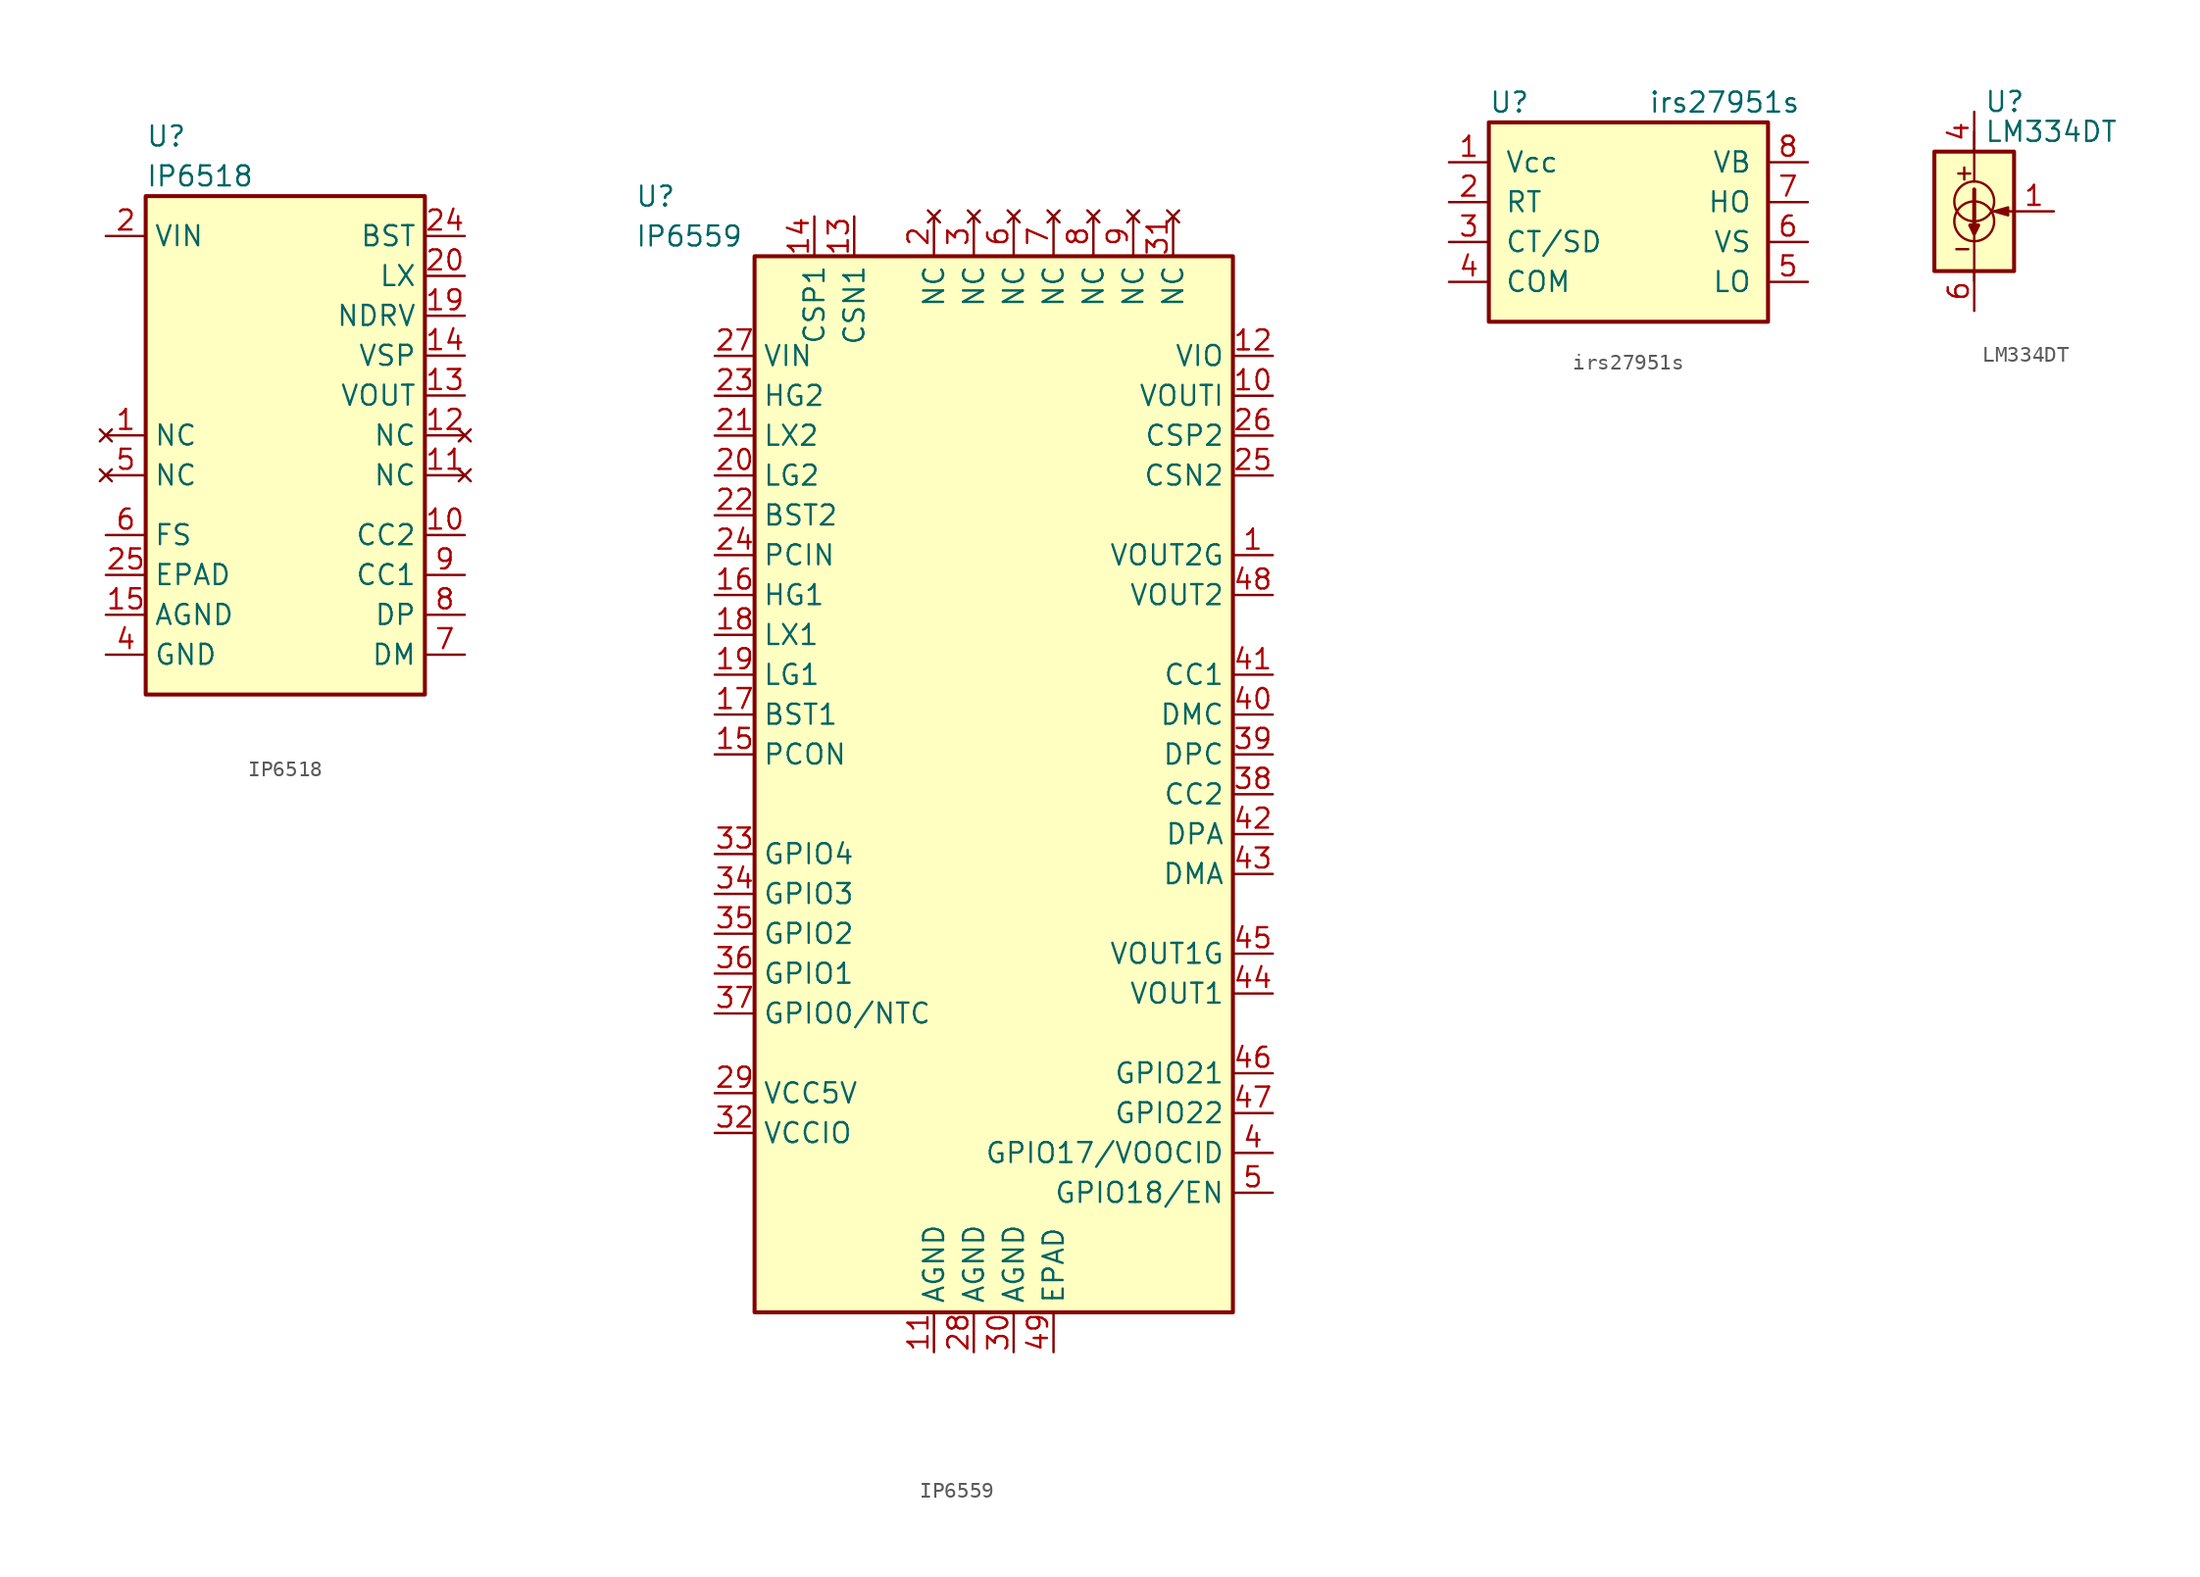
<source format=kicad_sym>
(kicad_symbol_lib
  (version 20231120)
  (generator "kicad_symbol_editor")
  (generator_version "8.0")
  (symbol "IP6518"
    (property "Reference" "U"
      (at -8.89 3.81 0)
      (effects (font (size 1.27 1.27)) (justify left)))
    (property "Value" "IP6518"
      (at -8.89 1.27 0)
      (effects (font (size 1.27 1.27)) (justify left)))
    (symbol "IP6518_0_1"
      (rectangle (start -8.89 0) (end 8.89 -31.75) (stroke (width 0.254) (type default)) (fill (type background))))
    (symbol "IP6518_1_1"
      (pin no_connect line (at -11.43 -15.24 0) (length 2.54) (name "NC" (effects (font (size 1.27 1.27)))) (number "1" (effects (font (size 1.27 1.27)))))
      (pin bidirectional line (at 11.43 -21.59 180) (length 2.54) (name "CC2" (effects (font (size 1.27 1.27)))) (number "10" (effects (font (size 1.27 1.27)))))
      (pin no_connect line (at 11.43 -17.78 180) (length 2.54) (name "NC" (effects (font (size 1.27 1.27)))) (number "11" (effects (font (size 1.27 1.27)))))
      (pin no_connect line (at 11.43 -15.24 180) (length 2.54) (name "NC" (effects (font (size 1.27 1.27)))) (number "12" (effects (font (size 1.27 1.27)))))
      (pin input line (at 11.43 -12.7 180) (length 2.54) (name "VOUT" (effects (font (size 1.27 1.27)))) (number "13" (effects (font (size 1.27 1.27)))))
      (pin input line (at 11.43 -10.16 180) (length 2.54) (name "VSP" (effects (font (size 1.27 1.27)))) (number "14" (effects (font (size 1.27 1.27)))))
      (pin power_in line (at -11.43 -26.67 0) (length 2.54) (name "AGND" (effects (font (size 1.27 1.27)))) (number "15" (effects (font (size 1.27 1.27)))))
      (pin power_in line (at -11.43 -2.54 0) (length 2.54) hide (name "VIN" (effects (font (size 1.27 1.27)))) (number "16" (effects (font (size 1.27 1.27)))))
      (pin power_in line (at -11.43 -2.54 0) (length 2.54) hide (name "VIN" (effects (font (size 1.27 1.27)))) (number "17" (effects (font (size 1.27 1.27)))))
      (pin power_in line (at -11.43 -2.54 0) (length 2.54) hide (name "VIN" (effects (font (size 1.27 1.27)))) (number "18" (effects (font (size 1.27 1.27)))))
      (pin output line (at 11.43 -7.62 180) (length 2.54) (name "NDRV" (effects (font (size 1.27 1.27)))) (number "19" (effects (font (size 1.27 1.27)))))
      (pin power_in line (at -11.43 -2.54 0) (length 2.54) (name "VIN" (effects (font (size 1.27 1.27)))) (number "2" (effects (font (size 1.27 1.27)))))
      (pin bidirectional line (at 11.43 -5.08 180) (length 2.54) (name "LX" (effects (font (size 1.27 1.27)))) (number "20" (effects (font (size 1.27 1.27)))))
      (pin bidirectional line (at 11.43 -5.08 180) (length 2.54) hide (name "LX" (effects (font (size 1.27 1.27)))) (number "21" (effects (font (size 1.27 1.27)))))
      (pin bidirectional line (at 11.43 -5.08 180) (length 2.54) hide (name "LX" (effects (font (size 1.27 1.27)))) (number "22" (effects (font (size 1.27 1.27)))))
      (pin bidirectional line (at 11.43 -5.08 180) (length 2.54) hide (name "LX" (effects (font (size 1.27 1.27)))) (number "23" (effects (font (size 1.27 1.27)))))
      (pin bidirectional line (at 11.43 -2.54 180) (length 2.54) (name "BST" (effects (font (size 1.27 1.27)))) (number "24" (effects (font (size 1.27 1.27)))))
      (pin power_in line (at -11.43 -24.13 0) (length 2.54) (name "EPAD" (effects (font (size 1.27 1.27)))) (number "25" (effects (font (size 1.27 1.27)))))
      (pin power_in line (at -11.43 -2.54 0) (length 2.54) hide (name "VIN" (effects (font (size 1.27 1.27)))) (number "3" (effects (font (size 1.27 1.27)))))
      (pin power_in line (at -11.43 -29.21 0) (length 2.54) (name "GND" (effects (font (size 1.27 1.27)))) (number "4" (effects (font (size 1.27 1.27)))))
      (pin no_connect line (at -11.43 -17.78 0) (length 2.54) (name "NC" (effects (font (size 1.27 1.27)))) (number "5" (effects (font (size 1.27 1.27)))))
      (pin bidirectional line (at -11.43 -21.59 0) (length 2.54) (name "FS" (effects (font (size 1.27 1.27)))) (number "6" (effects (font (size 1.27 1.27)))))
      (pin bidirectional line (at 11.43 -29.21 180) (length 2.54) (name "DM" (effects (font (size 1.27 1.27)))) (number "7" (effects (font (size 1.27 1.27)))))
      (pin bidirectional line (at 11.43 -26.67 180) (length 2.54) (name "DP" (effects (font (size 1.27 1.27)))) (number "8" (effects (font (size 1.27 1.27)))))
      (pin bidirectional line (at 11.43 -24.13 180) (length 2.54) (name "CC1" (effects (font (size 1.27 1.27)))) (number "9" (effects (font (size 1.27 1.27)))))))
  (symbol "IP6559"
    (property "Reference" "U"
      (at -22.86 3.81 0)
      (effects (font (size 1.27 1.27)) (justify left)))
    (property "Value" "IP6559"
      (at -22.86 1.27 0)
      (effects (font (size 1.27 1.27)) (justify left)))
    (symbol "IP6559_0_1"
      (rectangle (start -15.24 0) (end 15.24 -67.31) (stroke (width 0.254) (type default)) (fill (type background))))
    (symbol "IP6559_1_1"
      (pin output line (at 17.78 -19.05 180) (length 2.54) (name "VOUT2G" (effects (font (size 1.27 1.27)))) (number "1" (effects (font (size 1.27 1.27)))))
      (pin bidirectional line (at 17.78 -8.89 180) (length 2.54) (name "VOUTI" (effects (font (size 1.27 1.27)))) (number "10" (effects (font (size 1.27 1.27)))))
      (pin power_in line (at -3.81 -69.85 90) (length 2.54) (name "AGND" (effects (font (size 1.27 1.27)))) (number "11" (effects (font (size 1.27 1.27)))))
      (pin input line (at 17.78 -6.35 180) (length 2.54) (name "VIO" (effects (font (size 1.27 1.27)))) (number "12" (effects (font (size 1.27 1.27)))))
      (pin input line (at -8.89 2.54 270) (length 2.54) (name "CSN1" (effects (font (size 1.27 1.27)))) (number "13" (effects (font (size 1.27 1.27)))))
      (pin input line (at -11.43 2.54 270) (length 2.54) (name "CSP1" (effects (font (size 1.27 1.27)))) (number "14" (effects (font (size 1.27 1.27)))))
      (pin bidirectional line (at -17.78 -31.75 0) (length 2.54) (name "PCON" (effects (font (size 1.27 1.27)))) (number "15" (effects (font (size 1.27 1.27)))))
      (pin output line (at -17.78 -21.59 0) (length 2.54) (name "HG1" (effects (font (size 1.27 1.27)))) (number "16" (effects (font (size 1.27 1.27)))))
      (pin input line (at -17.78 -29.21 0) (length 2.54) (name "BST1" (effects (font (size 1.27 1.27)))) (number "17" (effects (font (size 1.27 1.27)))))
      (pin bidirectional line (at -17.78 -24.13 0) (length 2.54) (name "LX1" (effects (font (size 1.27 1.27)))) (number "18" (effects (font (size 1.27 1.27)))))
      (pin output line (at -17.78 -26.67 0) (length 2.54) (name "LG1" (effects (font (size 1.27 1.27)))) (number "19" (effects (font (size 1.27 1.27)))))
      (pin no_connect line (at -3.81 2.54 270) (length 2.54) (name "NC" (effects (font (size 1.27 1.27)))) (number "2" (effects (font (size 1.27 1.27)))))
      (pin output line (at -17.78 -13.97 0) (length 2.54) (name "LG2" (effects (font (size 1.27 1.27)))) (number "20" (effects (font (size 1.27 1.27)))))
      (pin bidirectional line (at -17.78 -11.43 0) (length 2.54) (name "LX2" (effects (font (size 1.27 1.27)))) (number "21" (effects (font (size 1.27 1.27)))))
      (pin input line (at -17.78 -16.51 0) (length 2.54) (name "BST2" (effects (font (size 1.27 1.27)))) (number "22" (effects (font (size 1.27 1.27)))))
      (pin output line (at -17.78 -8.89 0) (length 2.54) (name "HG2" (effects (font (size 1.27 1.27)))) (number "23" (effects (font (size 1.27 1.27)))))
      (pin input line (at -17.78 -19.05 0) (length 2.54) (name "PCIN" (effects (font (size 1.27 1.27)))) (number "24" (effects (font (size 1.27 1.27)))))
      (pin bidirectional line (at 17.78 -13.97 180) (length 2.54) (name "CSN2" (effects (font (size 1.27 1.27)))) (number "25" (effects (font (size 1.27 1.27)))))
      (pin bidirectional line (at 17.78 -11.43 180) (length 2.54) (name "CSP2" (effects (font (size 1.27 1.27)))) (number "26" (effects (font (size 1.27 1.27)))))
      (pin power_in line (at -17.78 -6.35 0) (length 2.54) (name "VIN" (effects (font (size 1.27 1.27)))) (number "27" (effects (font (size 1.27 1.27)))))
      (pin power_in line (at -1.27 -69.85 90) (length 2.54) (name "AGND" (effects (font (size 1.27 1.27)))) (number "28" (effects (font (size 1.27 1.27)))))
      (pin output line (at -17.78 -53.34 0) (length 2.54) (name "VCC5V" (effects (font (size 1.27 1.27)))) (number "29" (effects (font (size 1.27 1.27)))))
      (pin no_connect line (at -1.27 2.54 270) (length 2.54) (name "NC" (effects (font (size 1.27 1.27)))) (number "3" (effects (font (size 1.27 1.27)))))
      (pin power_in line (at 1.27 -69.85 90) (length 2.54) (name "AGND" (effects (font (size 1.27 1.27)))) (number "30" (effects (font (size 1.27 1.27)))))
      (pin no_connect line (at 11.43 2.54 270) (length 2.54) (name "NC" (effects (font (size 1.27 1.27)))) (number "31" (effects (font (size 1.27 1.27)))))
      (pin output line (at -17.78 -55.88 0) (length 2.54) (name "VCCIO" (effects (font (size 1.27 1.27)))) (number "32" (effects (font (size 1.27 1.27)))))
      (pin bidirectional line (at -17.78 -38.1 0) (length 2.54) (name "GPIO4" (effects (font (size 1.27 1.27)))) (number "33" (effects (font (size 1.27 1.27)))))
      (pin bidirectional line (at -17.78 -40.64 0) (length 2.54) (name "GPIO3" (effects (font (size 1.27 1.27)))) (number "34" (effects (font (size 1.27 1.27)))))
      (pin bidirectional line (at -17.78 -43.18 0) (length 2.54) (name "GPIO2" (effects (font (size 1.27 1.27)))) (number "35" (effects (font (size 1.27 1.27)))))
      (pin bidirectional line (at -17.78 -45.72 0) (length 2.54) (name "GPIO1" (effects (font (size 1.27 1.27)))) (number "36" (effects (font (size 1.27 1.27)))))
      (pin bidirectional line (at -17.78 -48.26 0) (length 2.54) (name "GPIO0/NTC" (effects (font (size 1.27 1.27)))) (number "37" (effects (font (size 1.27 1.27)))))
      (pin bidirectional line (at 17.78 -34.29 180) (length 2.54) (name "CC2" (effects (font (size 1.27 1.27)))) (number "38" (effects (font (size 1.27 1.27)))))
      (pin bidirectional line (at 17.78 -31.75 180) (length 2.54) (name "DPC" (effects (font (size 1.27 1.27)))) (number "39" (effects (font (size 1.27 1.27)))))
      (pin bidirectional line (at 17.78 -57.15 180) (length 2.54) (name "GPIO17/VOOCID" (effects (font (size 1.27 1.27)))) (number "4" (effects (font (size 1.27 1.27)))))
      (pin bidirectional line (at 17.78 -29.21 180) (length 2.54) (name "DMC" (effects (font (size 1.27 1.27)))) (number "40" (effects (font (size 1.27 1.27)))))
      (pin bidirectional line (at 17.78 -26.67 180) (length 2.54) (name "CC1" (effects (font (size 1.27 1.27)))) (number "41" (effects (font (size 1.27 1.27)))))
      (pin bidirectional line (at 17.78 -36.83 180) (length 2.54) (name "DPA" (effects (font (size 1.27 1.27)))) (number "42" (effects (font (size 1.27 1.27)))))
      (pin bidirectional line (at 17.78 -39.37 180) (length 2.54) (name "DMA" (effects (font (size 1.27 1.27)))) (number "43" (effects (font (size 1.27 1.27)))))
      (pin input line (at 17.78 -46.99 180) (length 2.54) (name "VOUT1" (effects (font (size 1.27 1.27)))) (number "44" (effects (font (size 1.27 1.27)))))
      (pin output line (at 17.78 -44.45 180) (length 2.54) (name "VOUT1G" (effects (font (size 1.27 1.27)))) (number "45" (effects (font (size 1.27 1.27)))))
      (pin bidirectional line (at 17.78 -52.07 180) (length 2.54) (name "GPIO21" (effects (font (size 1.27 1.27)))) (number "46" (effects (font (size 1.27 1.27)))))
      (pin bidirectional line (at 17.78 -54.61 180) (length 2.54) (name "GPIO22" (effects (font (size 1.27 1.27)))) (number "47" (effects (font (size 1.27 1.27)))))
      (pin input line (at 17.78 -21.59 180) (length 2.54) (name "VOUT2" (effects (font (size 1.27 1.27)))) (number "48" (effects (font (size 1.27 1.27)))))
      (pin power_in line (at 3.81 -69.85 90) (length 2.54) (name "EPAD" (effects (font (size 1.27 1.27)))) (number "49" (effects (font (size 1.27 1.27)))))
      (pin bidirectional line (at 17.78 -59.69 180) (length 2.54) (name "GPIO18/EN" (effects (font (size 1.27 1.27)))) (number "5" (effects (font (size 1.27 1.27)))))
      (pin no_connect line (at 1.27 2.54 270) (length 2.54) (name "NC" (effects (font (size 1.27 1.27)))) (number "6" (effects (font (size 1.27 1.27)))))
      (pin no_connect line (at 3.81 2.54 270) (length 2.54) (name "NC" (effects (font (size 1.27 1.27)))) (number "7" (effects (font (size 1.27 1.27)))))
      (pin no_connect line (at 6.35 2.54 270) (length 2.54) (name "NC" (effects (font (size 1.27 1.27)))) (number "8" (effects (font (size 1.27 1.27)))))
      (pin no_connect line (at 8.89 2.54 270) (length 2.54) (name "NC" (effects (font (size 1.27 1.27)))) (number "9" (effects (font (size 1.27 1.27)))))))
  (symbol "irs27951s"
    (pin_names
      (offset 1.016))
    (property "Reference" "U"
      (at -8.89 7.62 0)
      (effects (font (size 1.27 1.27)) (justify left)))
    (property "Value" "irs27951s"
      (at 1.27 7.62 0)
      (effects (font (size 1.27 1.27)) (justify left)))
    (symbol "irs27951s_0_1"
      (rectangle (start -8.89 6.35) (end 8.89 -6.35) (stroke (width 0.254) (type default)) (fill (type background))))
    (symbol "irs27951s_1_1"
      (pin power_in line (at -11.43 3.81 0) (length 2.54) (name "Vcc" (effects (font (size 1.27 1.27)))) (number "1" (effects (font (size 1.27 1.27)))))
      (pin bidirectional line (at -11.43 1.27 0) (length 2.54) (name "RT" (effects (font (size 1.27 1.27)))) (number "2" (effects (font (size 1.27 1.27)))))
      (pin bidirectional line (at -11.43 -1.27 0) (length 2.54) (name "CT/SD" (effects (font (size 1.27 1.27)))) (number "3" (effects (font (size 1.27 1.27)))))
      (pin power_in line (at -11.43 -3.81 0) (length 2.54) (name "COM" (effects (font (size 1.27 1.27)))) (number "4" (effects (font (size 1.27 1.27)))))
      (pin input line (at 11.43 -3.81 180) (length 2.54) (name "LO" (effects (font (size 1.27 1.27)))) (number "5" (effects (font (size 1.27 1.27)))))
      (pin bidirectional line (at 11.43 -1.27 180) (length 2.54) (name "VS" (effects (font (size 1.27 1.27)))) (number "6" (effects (font (size 1.27 1.27)))))
      (pin power_in line (at 11.43 1.27 180) (length 2.54) (name "HO" (effects (font (size 1.27 1.27)))) (number "7" (effects (font (size 1.27 1.27)))))
      (pin power_in line (at 11.43 3.81 180) (length 2.54) (name "VB" (effects (font (size 1.27 1.27)))) (number "8" (effects (font (size 1.27 1.27)))))))
  (symbol "LM334DT"
    (property "Reference" "U"
      (at 0.635 6.985 0)
      (effects (font (size 1.27 1.27)) (justify left)))
    (property "Value" "LM334DT"
      (at 0.635 5.08 0)
      (effects (font (size 1.27 1.27)) (justify left)))
    (symbol "LM334DT_0_1"
      (rectangle (start -2.54 3.81) (end 2.54 -3.81) (stroke (width 0.254) (type default)) (fill (type background)))
      (circle (center 0 -0.635) (radius 1.27) (stroke (width 0) (type default)) (fill (type none)))
      (polyline (pts (xy -1.143 -2.413) (xy -0.381 -2.413)) (stroke (width 0) (type default)) (fill (type none)))
      (polyline (pts (xy -1.016 2.413) (xy -0.254 2.413)) (stroke (width 0) (type default)) (fill (type none)))
      (polyline (pts (xy -0.635 2.794) (xy -0.635 2.032)) (stroke (width 0) (type default)) (fill (type none)))
      (polyline (pts (xy 0 -1.27) (xy 0 -4.445)) (stroke (width 0) (type default)) (fill (type none)))
      (polyline (pts (xy 0 1.397) (xy 0 -1.397)) (stroke (width 0.254) (type default)) (fill (type none)))
      (polyline (pts (xy 0 5.08) (xy 0 1.905)) (stroke (width 0) (type default)) (fill (type none)))
      (polyline (pts (xy 2.54 0) (xy 1.27 0)) (stroke (width 0) (type default)) (fill (type none)))
      (polyline (pts (xy 0 -1.397) (xy -0.254 -0.889) (xy 0.254 -0.889) (xy 0 -1.397)) (stroke (width 0.254) (type default)) (fill (type none)))
      (polyline (pts (xy 1.27 0) (xy 2.159 0.254) (xy 2.159 -0.254) (xy 1.27 0)) (stroke (width 0) (type default)) (fill (type outline)))
      (circle (center 0 0.635) (radius 1.27) (stroke (width 0) (type default)) (fill (type none))))
    (symbol "LM334DT_1_1"
      (pin input line (at 5.08 0 180) (length 2.54) (name "~" (effects (font (size 1.27 1.27)))) (number "1" (effects (font (size 1.27 1.27)))))
      (pin power_in line (at 0 6.35 270) (length 2.54) (name "~" (effects (font (size 1.27 1.27)))) (number "4" (effects (font (size 1.27 1.27)))))
      (pin power_out line (at 0 -6.35 90) (length 2.54) (name "~" (effects (font (size 1.27 1.27)))) (number "6" (effects (font (size 1.27 1.27))))))))
</source>
